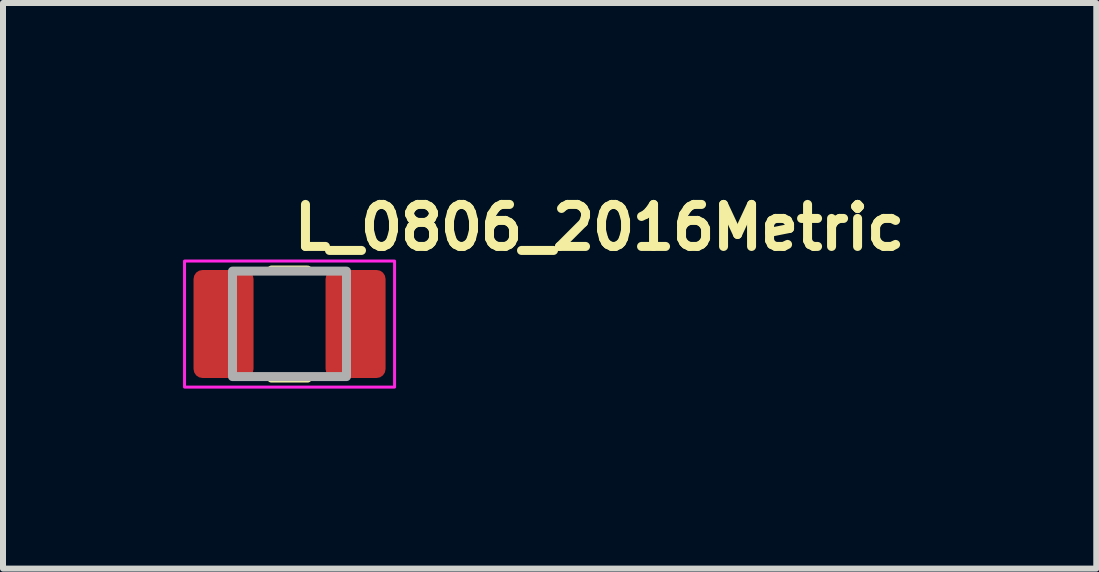
<source format=kicad_pcb>
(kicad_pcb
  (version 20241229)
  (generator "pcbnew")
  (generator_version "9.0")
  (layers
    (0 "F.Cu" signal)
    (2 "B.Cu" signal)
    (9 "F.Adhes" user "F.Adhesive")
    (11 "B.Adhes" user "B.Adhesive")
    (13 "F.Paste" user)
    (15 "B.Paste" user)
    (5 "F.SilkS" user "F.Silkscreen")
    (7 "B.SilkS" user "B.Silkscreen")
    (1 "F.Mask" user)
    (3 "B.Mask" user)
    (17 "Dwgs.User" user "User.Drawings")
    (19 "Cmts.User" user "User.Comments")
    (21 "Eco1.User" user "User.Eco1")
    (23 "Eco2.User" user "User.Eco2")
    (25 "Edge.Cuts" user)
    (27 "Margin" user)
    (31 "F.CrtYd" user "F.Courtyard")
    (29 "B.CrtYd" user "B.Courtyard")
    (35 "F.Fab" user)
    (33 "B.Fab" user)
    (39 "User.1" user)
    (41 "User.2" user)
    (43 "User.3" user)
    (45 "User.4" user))
  (footprint "L_0806_2016Metric"
    (layer "F.Cu")
    (at 1.775 2.35)
    (property "Reference" "L_0806_2016Metric" (at 0 -1.2 0) (layer "F.SilkS") (effects (font (size 0.7 0.7) (thickness 0.15)) (justify left bottom)))
    (attr smd)
    (fp_line (start -0.301 0.9) (end 0.299 0.9) (stroke (width 0.15) (type solid)) (layer "F.SilkS"))
    (fp_line (start -0.3 -0.9) (end 0.298 -0.9) (stroke (width 0.15) (type solid)) (layer "F.SilkS"))
    (fp_rect (start -1.75 -1.05) (end 1.75 1.05) (stroke (width 0.05) (type solid)) (fill no) (layer "F.CrtYd"))
    (fp_rect (start -0.951 -0.882) (end 0.949 0.875) (stroke (width 0.15) (type solid)) (fill no) (layer "F.Fab"))
    (fp_rect (start -1 -0.8) (end 1 0.8) (stroke (width 0.15) (type solid)) (fill no) (layer "User.5"))
    (fp_line (start -1 -0.8) (end -0.5 -0.8) (stroke (width 0.01) (type solid)) (layer "User.9"))
    (fp_line (start -1 0.8) (end -1 -0.8) (stroke (width 0.01) (type solid)) (layer "User.9"))
    (fp_line (start -1 0.8) (end -0.5 0.8) (stroke (width 0.01) (type solid)) (layer "User.9"))
    (fp_line (start -0.5 -0.784) (end 0.5 -0.784) (stroke (width 0.01) (type solid)) (layer "User.9"))
    (fp_line (start -0.5 0.784) (end 0.5 0.784) (stroke (width 0.01) (type solid)) (layer "User.9"))
    (fp_line (start -0.5 0.8) (end -0.5 -0.8) (stroke (width 0.01) (type solid)) (layer "User.9"))
    (fp_line (start 0.5 -0.8) (end 1 -0.8) (stroke (width 0.01) (type solid)) (layer "User.9"))
    (fp_line (start 0.5 0.8) (end 0.5 -0.8) (stroke (width 0.01) (type solid)) (layer "User.9"))
    (fp_line (start 0.5 0.8) (end 1 0.8) (stroke (width 0.01) (type solid)) (layer "User.9"))
    (fp_line (start 1 0.8) (end 1 -0.8) (stroke (width 0.01) (type solid)) (layer "User.9"))
    (pad "1" smd roundrect (at -1.1 -0.001) (size 1 1.8) (layers "F.Cu" "F.Mask" "F.Paste") (roundrect_rratio 0.15))
    (pad "2" smd roundrect (at 1.1 -0.001) (size 1 1.8) (layers "F.Cu" "F.Mask" "F.Paste") (roundrect_rratio 0.15)))
  (gr_rect
    (start -3 -3)
    (end 15.218 6.425)
    (stroke (width 0.1) (type default))
    (fill no)
    (layer "Edge.Cuts")))
</source>
